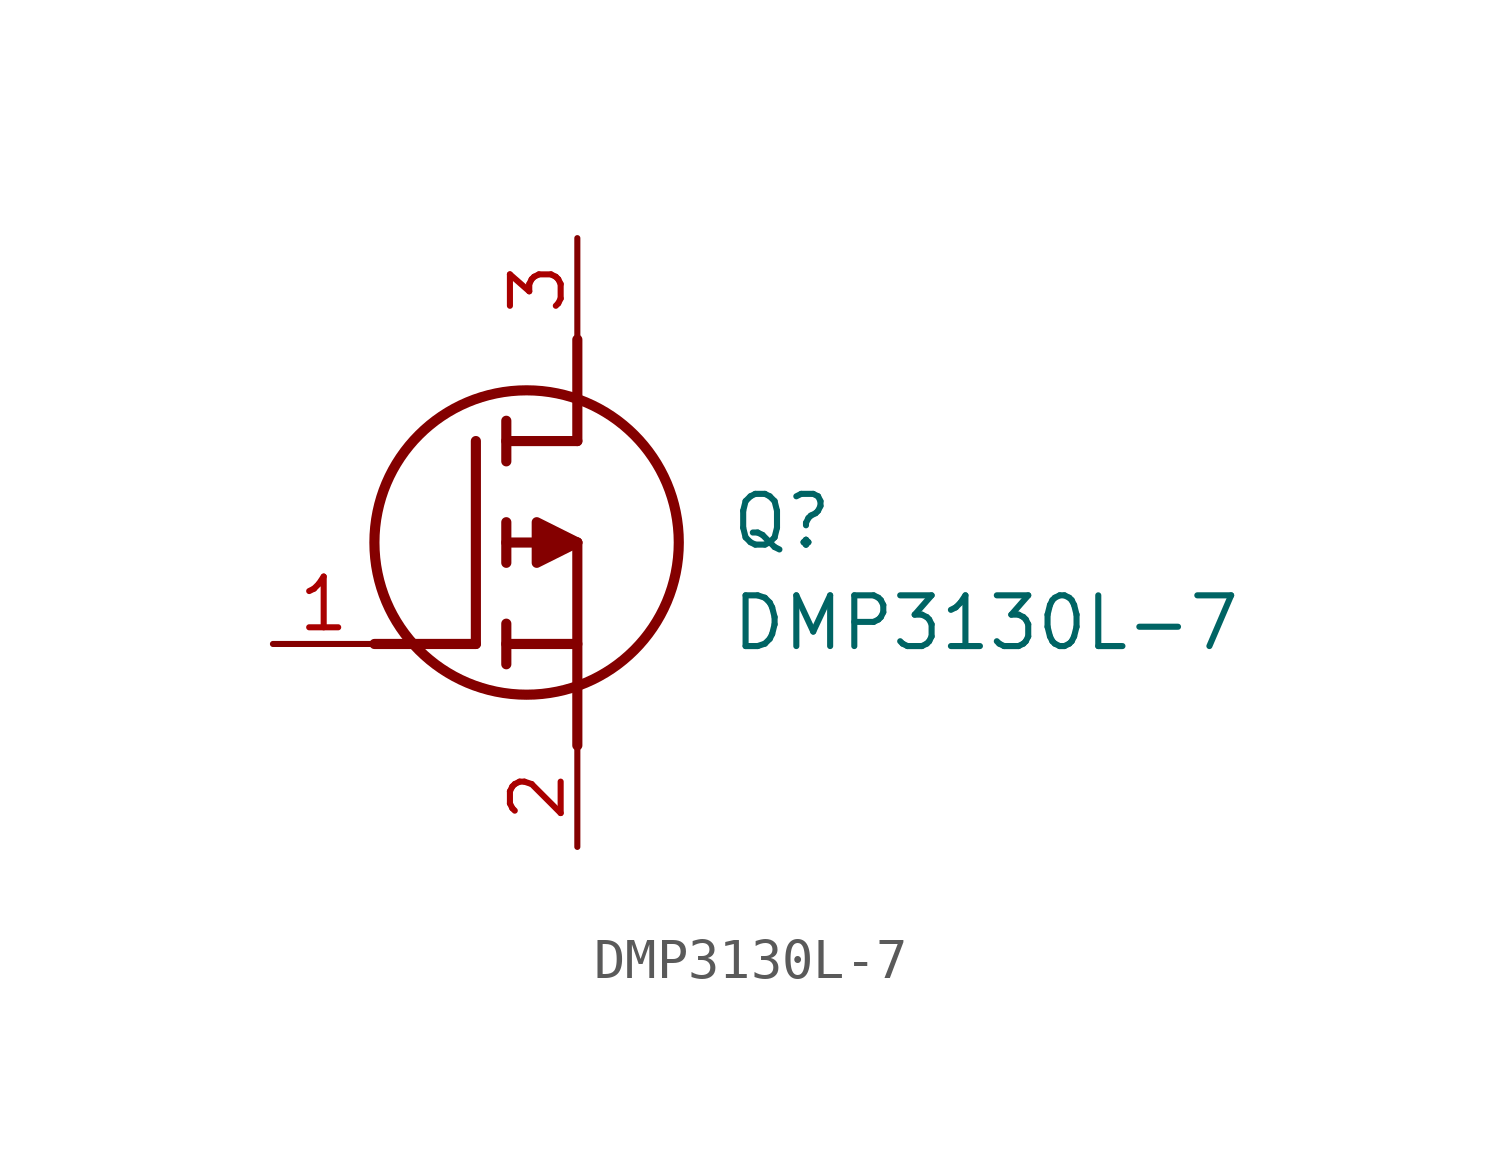
<source format=kicad_sym>
(kicad_symbol_lib
  (version 20211014)
  (generator SamacSys_ECAD_Model)
  (symbol "DMP3130L-7"
    (pin_names hide)
    (property "Reference" "Q"
      (at 11.43 3.81 0)
      (effects (font (size 1.27 1.27)) (justify left top)))
    (property "Value" "DMP3130L-7"
      (at 11.43 1.27 0)
      (effects (font (size 1.27 1.27)) (justify left top)))
    (polyline
      (pts (xy 7.62 2.54) (xy 7.62 -2.54))
      (stroke (width 0.254) (type default))
      (fill (type none)))
    (polyline
      (pts (xy 7.62 5.08) (xy 7.62 7.62))
      (stroke (width 0.254) (type default))
      (fill (type none)))
    (polyline
      (pts (xy 2.54 0) (xy 5.08 0))
      (stroke (width 0.254) (type default))
      (fill (type none)))
    (polyline
      (pts (xy 5.08 5.08) (xy 5.08 0))
      (stroke (width 0.254) (type default))
      (fill (type none)))
    (polyline
      (pts (xy 7.62 2.54) (xy 5.842 2.54))
      (stroke (width 0.254) (type default))
      (fill (type none)))
    (polyline
      (pts (xy 7.62 5.08) (xy 5.842 5.08))
      (stroke (width 0.254) (type default))
      (fill (type none)))
    (polyline
      (pts (xy 5.842 0) (xy 7.62 0))
      (stroke (width 0.254) (type default))
      (fill (type none)))
    (polyline
      (pts (xy 5.842 5.588) (xy 5.842 4.572))
      (stroke (width 0.254) (type default))
      (fill (type none)))
    (polyline
      (pts (xy 5.842 -0.508) (xy 5.842 0.508))
      (stroke (width 0.254) (type default))
      (fill (type none)))
    (polyline
      (pts (xy 5.842 2.032) (xy 5.842 3.048))
      (stroke (width 0.254) (type default))
      (fill (type none)))
    (circle
      (center 6.35 2.54)
      (radius 3.81)
      (stroke (width 0.254) (type default))
      (fill (type none)))
    (polyline
      (pts (xy 7.62 2.54) (xy 6.604 3.048) (xy 6.604 2.032) (xy 7.62 2.54))
      (stroke (width 0.254) (type default))
      (fill (type outline)))
    (pin passive line
      (at 0 0 0)
      (length 2.54)
      (name "G" (effects (font (size 1.27 1.27))))
      (number "1" (effects (font (size 1.27 1.27)))))
    (pin passive line
      (at 7.62 10.16 270)
      (length 2.54)
      (name "D" (effects (font (size 1.27 1.27))))
      (number "3" (effects (font (size 1.27 1.27)))))
    (pin passive line
      (at 7.62 -5.08 90)
      (length 2.54)
      (name "S" (effects (font (size 1.27 1.27))))
      (number "2" (effects (font (size 1.27 1.27)))))))
</source>
